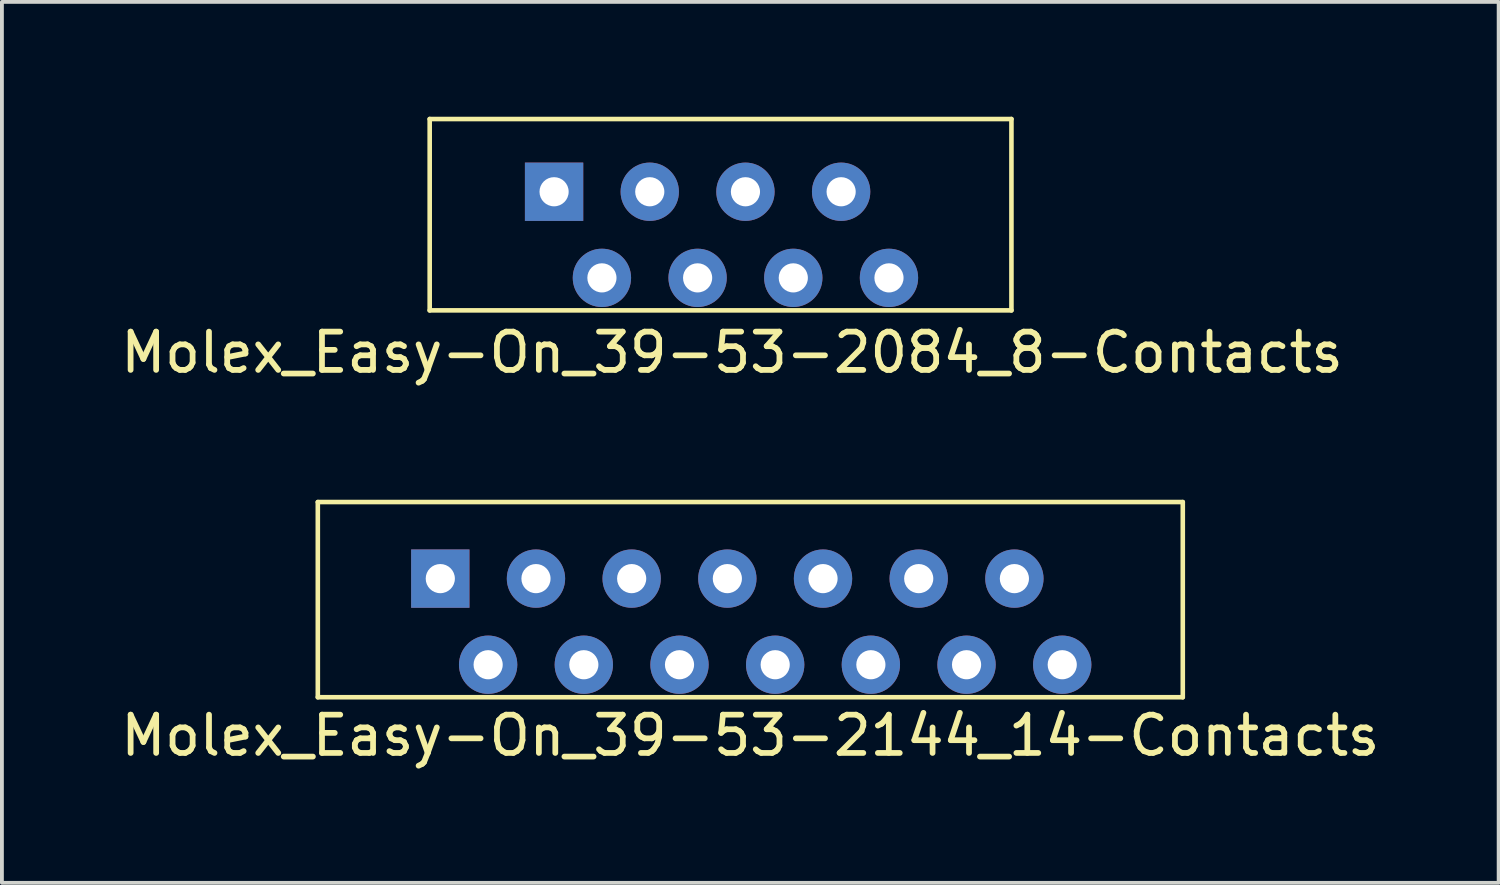
<source format=kicad_pcb>
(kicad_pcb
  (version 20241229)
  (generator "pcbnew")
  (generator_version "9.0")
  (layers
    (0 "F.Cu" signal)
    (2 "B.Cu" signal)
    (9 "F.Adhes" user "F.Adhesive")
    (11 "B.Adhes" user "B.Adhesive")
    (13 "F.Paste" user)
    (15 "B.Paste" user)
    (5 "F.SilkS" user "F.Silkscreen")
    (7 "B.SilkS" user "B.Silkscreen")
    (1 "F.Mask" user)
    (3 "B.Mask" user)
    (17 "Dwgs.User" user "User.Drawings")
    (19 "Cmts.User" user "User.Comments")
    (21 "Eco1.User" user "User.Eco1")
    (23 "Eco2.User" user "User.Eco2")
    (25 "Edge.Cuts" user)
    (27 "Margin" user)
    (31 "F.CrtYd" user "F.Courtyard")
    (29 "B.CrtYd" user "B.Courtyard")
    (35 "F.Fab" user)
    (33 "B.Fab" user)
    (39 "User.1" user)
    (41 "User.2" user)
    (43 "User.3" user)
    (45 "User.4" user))
  (footprint "Molex_Easy-On_39-53-2084_8-Contacts"
    (layer "F.Cu")
    (at 11.477 1.96)
    (property "Reference" "Molex_Easy-On_39-53-2084_8-Contacts" (at 4.6 4.2 0) (layer "F.SilkS") (effects (font (size 1 1) (thickness 0.15))))
    (attr through_hole)
    (fp_line (start -3.3 -1.9) (end -3.3 3.1) (stroke (width 0.12) (type solid)) (layer "F.SilkS"))
    (fp_line (start 11.9 -1.9) (end -3.3 -1.9) (stroke (width 0.12) (type solid)) (layer "F.SilkS"))
    (fp_line (start 11.9 3.1) (end -3.3 3.1) (stroke (width 0.12) (type solid)) (layer "F.SilkS"))
    (fp_line (start 11.9 3.1) (end 11.9 -1.9) (stroke (width 0.12) (type solid)) (layer "F.SilkS"))
    (pad "1" thru_hole rect (at -0.05 0 180) (size 1.524 1.524) (drill 0.762) (layers "*.Cu" "*.Mask"))
    (pad "2" thru_hole circle (at 1.2 2.25 180) (size 1.524 1.524) (drill 0.762) (layers "*.Cu" "*.Mask"))
    (pad "3" thru_hole circle (at 2.45 0 180) (size 1.524 1.524) (drill 0.762) (layers "*.Cu" "*.Mask"))
    (pad "4" thru_hole circle (at 3.7 2.25 180) (size 1.524 1.524) (drill 0.762) (layers "*.Cu" "*.Mask"))
    (pad "5" thru_hole circle (at 4.95 0 180) (size 1.524 1.524) (drill 0.762) (layers "*.Cu" "*.Mask"))
    (pad "6" thru_hole circle (at 6.2 2.25 180) (size 1.524 1.524) (drill 0.762) (layers "*.Cu" "*.Mask"))
    (pad "7" thru_hole circle (at 7.45 0 180) (size 1.524 1.524) (drill 0.762) (layers "*.Cu" "*.Mask"))
    (pad "8" thru_hole circle (at 8.7 2.25 180) (size 1.524 1.524) (drill 0.762) (layers "*.Cu" "*.Mask")))
  (footprint "Molex_Easy-On_39-53-2144_14-Contacts"
    (layer "F.Cu")
    (at 8.454 12.068)
    (property "Reference" "Molex_Easy-On_39-53-2144_14-Contacts" (at 8.1 4.1 0) (layer "F.SilkS") (effects (font (size 1 1) (thickness 0.15))))
    (attr through_hole)
    (fp_line (start -3.2 -2) (end -3.2 3.1) (stroke (width 0.12) (type solid)) (layer "F.SilkS"))
    (fp_line (start -3.2 -2) (end 19.4 -2) (stroke (width 0.12) (type solid)) (layer "F.SilkS"))
    (fp_line (start 19.4 -2) (end 19.4 3.1) (stroke (width 0.12) (type solid)) (layer "F.SilkS"))
    (fp_line (start 19.4 3.1) (end -3.2 3.1) (stroke (width 0.12) (type solid)) (layer "F.SilkS"))
    (pad "1" thru_hole rect (at 0 0 180) (size 1.524 1.524) (drill 0.762) (layers "*.Cu" "*.Mask"))
    (pad "2" thru_hole circle (at 1.25 2.25 180) (size 1.524 1.524) (drill 0.762) (layers "*.Cu" "*.Mask"))
    (pad "3" thru_hole circle (at 2.5 0 180) (size 1.524 1.524) (drill 0.762) (layers "*.Cu" "*.Mask"))
    (pad "4" thru_hole circle (at 3.75 2.25 180) (size 1.524 1.524) (drill 0.762) (layers "*.Cu" "*.Mask"))
    (pad "5" thru_hole circle (at 5 0 180) (size 1.524 1.524) (drill 0.762) (layers "*.Cu" "*.Mask"))
    (pad "6" thru_hole circle (at 6.25 2.25 180) (size 1.524 1.524) (drill 0.762) (layers "*.Cu" "*.Mask"))
    (pad "7" thru_hole circle (at 7.5 0 180) (size 1.524 1.524) (drill 0.762) (layers "*.Cu" "*.Mask"))
    (pad "8" thru_hole circle (at 8.75 2.25 180) (size 1.524 1.524) (drill 0.762) (layers "*.Cu" "*.Mask"))
    (pad "9" thru_hole circle (at 10 0 180) (size 1.524 1.524) (drill 0.762) (layers "*.Cu" "*.Mask"))
    (pad "10" thru_hole circle (at 11.25 2.25 180) (size 1.524 1.524) (drill 0.762) (layers "*.Cu" "*.Mask"))
    (pad "11" thru_hole circle (at 12.5 0 180) (size 1.524 1.524) (drill 0.762) (layers "*.Cu" "*.Mask"))
    (pad "12" thru_hole circle (at 13.75 2.25 180) (size 1.524 1.524) (drill 0.762) (layers "*.Cu" "*.Mask"))
    (pad "13" thru_hole circle (at 15 0 180) (size 1.524 1.524) (drill 0.762) (layers "*.Cu" "*.Mask"))
    (pad "14" thru_hole circle (at 16.25 2.25 180) (size 1.524 1.524) (drill 0.762) (layers "*.Cu" "*.Mask")))
  (gr_rect
    (start -3 -3)
    (end 36.107 20.017)
    (stroke (width 0.1) (type default))
    (fill no)
    (layer "Edge.Cuts")))
</source>
